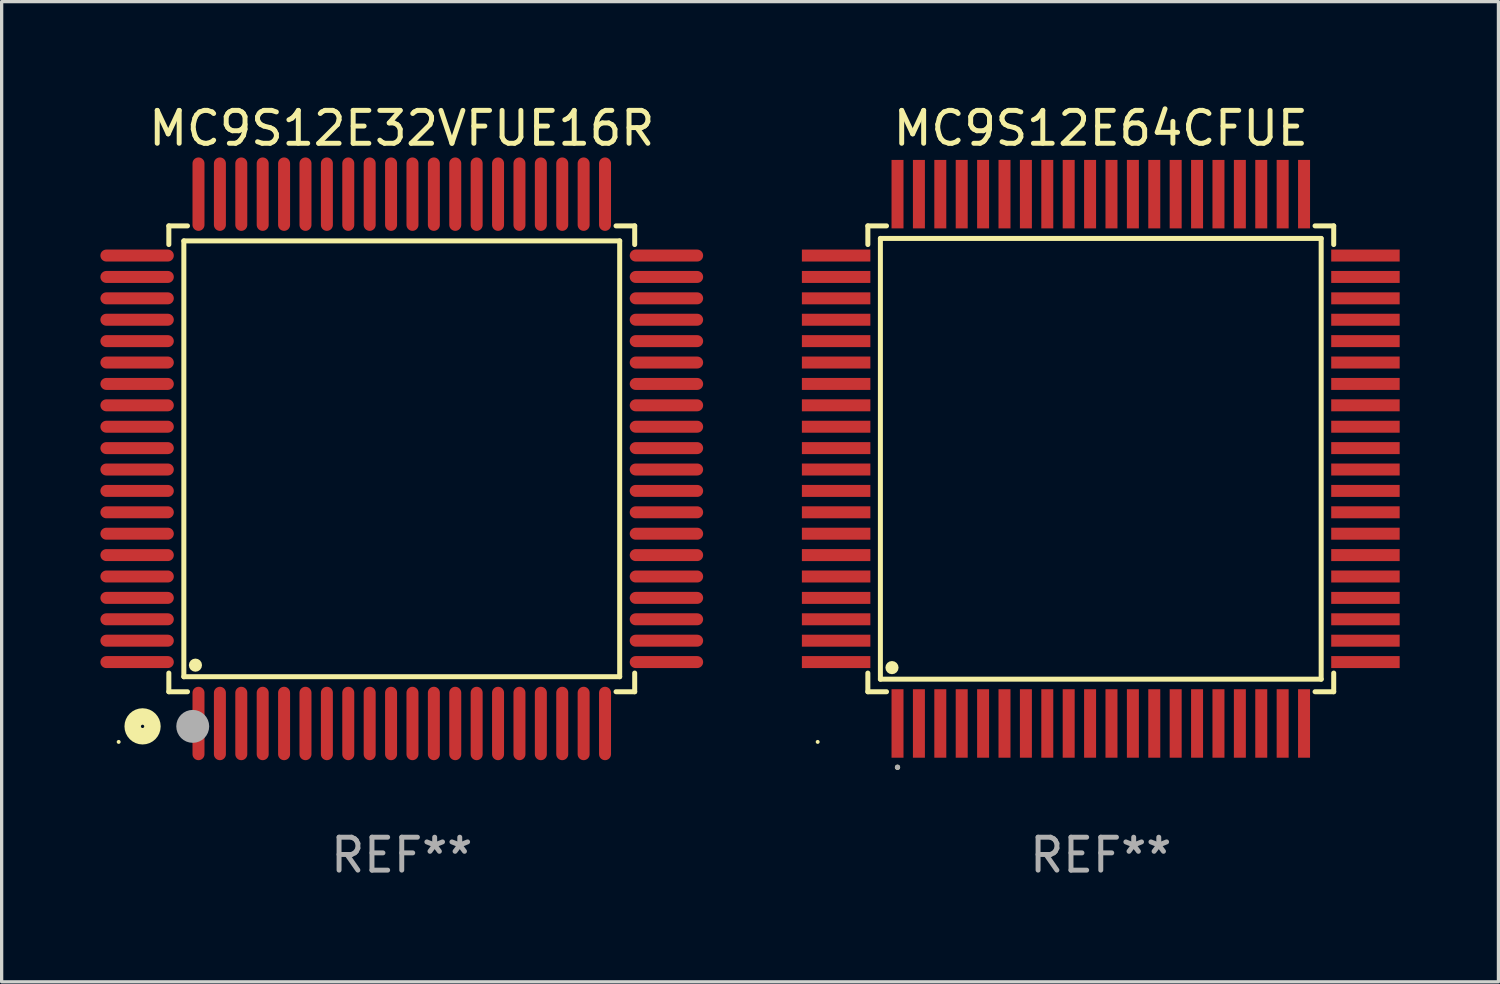
<source format=kicad_pcb>
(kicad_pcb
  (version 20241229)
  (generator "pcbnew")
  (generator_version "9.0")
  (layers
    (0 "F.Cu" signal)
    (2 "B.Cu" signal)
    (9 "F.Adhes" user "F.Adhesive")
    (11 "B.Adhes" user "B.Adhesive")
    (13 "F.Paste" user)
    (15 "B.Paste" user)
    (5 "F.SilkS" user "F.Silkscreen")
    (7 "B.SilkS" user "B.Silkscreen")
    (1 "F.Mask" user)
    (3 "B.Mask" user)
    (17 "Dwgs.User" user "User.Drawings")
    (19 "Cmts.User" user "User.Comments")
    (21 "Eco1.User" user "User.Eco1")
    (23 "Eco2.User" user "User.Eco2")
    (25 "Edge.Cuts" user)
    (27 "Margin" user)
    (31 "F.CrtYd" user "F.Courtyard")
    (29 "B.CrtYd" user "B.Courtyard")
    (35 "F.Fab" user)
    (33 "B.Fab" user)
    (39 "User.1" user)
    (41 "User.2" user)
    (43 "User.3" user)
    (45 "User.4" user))
  (footprint "MC9S12E64CFUE"
    (layer "F.Cu")
    (at 30.39 10.888)
    (property "Reference" "MC9S12E64CFUE" (at 0 -10.04 0) (layer "F.SilkS") (effects (font (size 1 1) (thickness 0.15))))
    (attr through_hole)
    (fp_line (start -7.076 -7.076) (end -7.076 -6.509) (stroke (width 0.152) (type solid)) (layer "F.SilkS"))
    (fp_line (start -7.076 7.076) (end -7.076 6.509) (stroke (width 0.152) (type solid)) (layer "F.SilkS"))
    (fp_line (start -6.695 -6.695) (end 6.695 -6.695) (stroke (width 0.152) (type solid)) (layer "F.SilkS"))
    (fp_line (start -6.695 6.695) (end -6.695 -6.695) (stroke (width 0.152) (type solid)) (layer "F.SilkS"))
    (fp_line (start -6.509 -7.076) (end -7.076 -7.076) (stroke (width 0.152) (type solid)) (layer "F.SilkS"))
    (fp_line (start -6.509 7.076) (end -7.076 7.076) (stroke (width 0.152) (type solid)) (layer "F.SilkS"))
    (fp_line (start 6.509 -7.076) (end 7.076 -7.076) (stroke (width 0.152) (type solid)) (layer "F.SilkS"))
    (fp_line (start 6.509 7.076) (end 7.076 7.076) (stroke (width 0.152) (type solid)) (layer "F.SilkS"))
    (fp_line (start 6.695 -6.695) (end 6.695 6.695) (stroke (width 0.152) (type solid)) (layer "F.SilkS"))
    (fp_line (start 6.695 6.695) (end -6.695 6.695) (stroke (width 0.152) (type solid)) (layer "F.SilkS"))
    (fp_line (start 7.076 -7.076) (end 7.076 -6.509) (stroke (width 0.152) (type solid)) (layer "F.SilkS"))
    (fp_line (start 7.076 7.076) (end 7.076 6.509) (stroke (width 0.152) (type solid)) (layer "F.SilkS"))
    (fp_circle (center -8.6 8.6) (end -8.57 8.6) (stroke (width 0.06) (type solid)) (fill no) (layer "F.SilkS"))
    (fp_circle (center -6.343 6.343) (end -6.243 6.343) (stroke (width 0.2) (type solid)) (fill no) (layer "F.SilkS"))
    (fp_circle (center -6.175 9.371) (end -6.135 9.371) (stroke (width 0.08) (type solid)) (fill no) (layer "F.SilkS"))
    (fp_circle (center -6.175 9.371) (end -6.135 9.371) (stroke (width 0.08) (type solid)) (fill no) (layer "F.Fab"))
    (fp_text user "REF**" (at 0 12.04 0) (layer "F.Fab") (effects (font (size 1 1) (thickness 0.15))))
    (pad "1" smd rect (at -6.175 8.04) (size 0.364 2.08) (layers "F.Cu" "F.Mask" "F.Paste"))
    (pad "2" smd rect (at -5.525 8.04) (size 0.364 2.08) (layers "F.Cu" "F.Mask" "F.Paste"))
    (pad "3" smd rect (at -4.875 8.04) (size 0.364 2.08) (layers "F.Cu" "F.Mask" "F.Paste"))
    (pad "4" smd rect (at -4.225 8.04) (size 0.364 2.08) (layers "F.Cu" "F.Mask" "F.Paste"))
    (pad "5" smd rect (at -3.575 8.04) (size 0.364 2.08) (layers "F.Cu" "F.Mask" "F.Paste"))
    (pad "6" smd rect (at -2.925 8.04) (size 0.364 2.08) (layers "F.Cu" "F.Mask" "F.Paste"))
    (pad "7" smd rect (at -2.275 8.04) (size 0.364 2.08) (layers "F.Cu" "F.Mask" "F.Paste"))
    (pad "8" smd rect (at -1.625 8.04) (size 0.364 2.08) (layers "F.Cu" "F.Mask" "F.Paste"))
    (pad "9" smd rect (at -0.975 8.04) (size 0.364 2.08) (layers "F.Cu" "F.Mask" "F.Paste"))
    (pad "10" smd rect (at -0.325 8.04) (size 0.364 2.08) (layers "F.Cu" "F.Mask" "F.Paste"))
    (pad "11" smd rect (at 0.325 8.04) (size 0.364 2.08) (layers "F.Cu" "F.Mask" "F.Paste"))
    (pad "12" smd rect (at 0.975 8.04) (size 0.364 2.08) (layers "F.Cu" "F.Mask" "F.Paste"))
    (pad "13" smd rect (at 1.625 8.04) (size 0.364 2.08) (layers "F.Cu" "F.Mask" "F.Paste"))
    (pad "14" smd rect (at 2.275 8.04) (size 0.364 2.08) (layers "F.Cu" "F.Mask" "F.Paste"))
    (pad "15" smd rect (at 2.925 8.04) (size 0.364 2.08) (layers "F.Cu" "F.Mask" "F.Paste"))
    (pad "16" smd rect (at 3.575 8.04) (size 0.364 2.08) (layers "F.Cu" "F.Mask" "F.Paste"))
    (pad "17" smd rect (at 4.225 8.04) (size 0.364 2.08) (layers "F.Cu" "F.Mask" "F.Paste"))
    (pad "18" smd rect (at 4.875 8.04) (size 0.364 2.08) (layers "F.Cu" "F.Mask" "F.Paste"))
    (pad "19" smd rect (at 5.525 8.04) (size 0.364 2.08) (layers "F.Cu" "F.Mask" "F.Paste"))
    (pad "20" smd rect (at 6.175 8.04) (size 0.364 2.08) (layers "F.Cu" "F.Mask" "F.Paste"))
    (pad "21" smd rect (at 8.04 6.175) (size 2.08 0.364) (layers "F.Cu" "F.Mask" "F.Paste"))
    (pad "22" smd rect (at 8.04 5.525) (size 2.08 0.364) (layers "F.Cu" "F.Mask" "F.Paste"))
    (pad "23" smd rect (at 8.04 4.875) (size 2.08 0.364) (layers "F.Cu" "F.Mask" "F.Paste"))
    (pad "24" smd rect (at 8.04 4.225) (size 2.08 0.364) (layers "F.Cu" "F.Mask" "F.Paste"))
    (pad "25" smd rect (at 8.04 3.575) (size 2.08 0.364) (layers "F.Cu" "F.Mask" "F.Paste"))
    (pad "26" smd rect (at 8.04 2.925) (size 2.08 0.364) (layers "F.Cu" "F.Mask" "F.Paste"))
    (pad "27" smd rect (at 8.04 2.275) (size 2.08 0.364) (layers "F.Cu" "F.Mask" "F.Paste"))
    (pad "28" smd rect (at 8.04 1.625) (size 2.08 0.364) (layers "F.Cu" "F.Mask" "F.Paste"))
    (pad "29" smd rect (at 8.04 0.975) (size 2.08 0.364) (layers "F.Cu" "F.Mask" "F.Paste"))
    (pad "30" smd rect (at 8.04 0.325) (size 2.08 0.364) (layers "F.Cu" "F.Mask" "F.Paste"))
    (pad "31" smd rect (at 8.04 -0.325) (size 2.08 0.364) (layers "F.Cu" "F.Mask" "F.Paste"))
    (pad "32" smd rect (at 8.04 -0.975) (size 2.08 0.364) (layers "F.Cu" "F.Mask" "F.Paste"))
    (pad "33" smd rect (at 8.04 -1.625) (size 2.08 0.364) (layers "F.Cu" "F.Mask" "F.Paste"))
    (pad "34" smd rect (at 8.04 -2.275) (size 2.08 0.364) (layers "F.Cu" "F.Mask" "F.Paste"))
    (pad "35" smd rect (at 8.04 -2.925) (size 2.08 0.364) (layers "F.Cu" "F.Mask" "F.Paste"))
    (pad "36" smd rect (at 8.04 -3.575) (size 2.08 0.364) (layers "F.Cu" "F.Mask" "F.Paste"))
    (pad "37" smd rect (at 8.04 -4.225) (size 2.08 0.364) (layers "F.Cu" "F.Mask" "F.Paste"))
    (pad "38" smd rect (at 8.04 -4.875) (size 2.08 0.364) (layers "F.Cu" "F.Mask" "F.Paste"))
    (pad "39" smd rect (at 8.04 -5.525) (size 2.08 0.364) (layers "F.Cu" "F.Mask" "F.Paste"))
    (pad "40" smd rect (at 8.04 -6.175) (size 2.08 0.364) (layers "F.Cu" "F.Mask" "F.Paste"))
    (pad "41" smd rect (at 6.175 -8.04) (size 0.364 2.08) (layers "F.Cu" "F.Mask" "F.Paste"))
    (pad "42" smd rect (at 5.525 -8.04) (size 0.364 2.08) (layers "F.Cu" "F.Mask" "F.Paste"))
    (pad "43" smd rect (at 4.875 -8.04) (size 0.364 2.08) (layers "F.Cu" "F.Mask" "F.Paste"))
    (pad "44" smd rect (at 4.225 -8.04) (size 0.364 2.08) (layers "F.Cu" "F.Mask" "F.Paste"))
    (pad "45" smd rect (at 3.575 -8.04) (size 0.364 2.08) (layers "F.Cu" "F.Mask" "F.Paste"))
    (pad "46" smd rect (at 2.925 -8.04) (size 0.364 2.08) (layers "F.Cu" "F.Mask" "F.Paste"))
    (pad "47" smd rect (at 2.275 -8.04) (size 0.364 2.08) (layers "F.Cu" "F.Mask" "F.Paste"))
    (pad "48" smd rect (at 1.625 -8.04) (size 0.364 2.08) (layers "F.Cu" "F.Mask" "F.Paste"))
    (pad "49" smd rect (at 0.975 -8.04) (size 0.364 2.08) (layers "F.Cu" "F.Mask" "F.Paste"))
    (pad "50" smd rect (at 0.325 -8.04) (size 0.364 2.08) (layers "F.Cu" "F.Mask" "F.Paste"))
    (pad "51" smd rect (at -0.325 -8.04) (size 0.364 2.08) (layers "F.Cu" "F.Mask" "F.Paste"))
    (pad "52" smd rect (at -0.975 -8.04) (size 0.364 2.08) (layers "F.Cu" "F.Mask" "F.Paste"))
    (pad "53" smd rect (at -1.625 -8.04) (size 0.364 2.08) (layers "F.Cu" "F.Mask" "F.Paste"))
    (pad "54" smd rect (at -2.275 -8.04) (size 0.364 2.08) (layers "F.Cu" "F.Mask" "F.Paste"))
    (pad "55" smd rect (at -2.925 -8.04) (size 0.364 2.08) (layers "F.Cu" "F.Mask" "F.Paste"))
    (pad "56" smd rect (at -3.575 -8.04) (size 0.364 2.08) (layers "F.Cu" "F.Mask" "F.Paste"))
    (pad "57" smd rect (at -4.225 -8.04) (size 0.364 2.08) (layers "F.Cu" "F.Mask" "F.Paste"))
    (pad "58" smd rect (at -4.875 -8.04) (size 0.364 2.08) (layers "F.Cu" "F.Mask" "F.Paste"))
    (pad "59" smd rect (at -5.525 -8.04) (size 0.364 2.08) (layers "F.Cu" "F.Mask" "F.Paste"))
    (pad "60" smd rect (at -6.175 -8.04) (size 0.364 2.08) (layers "F.Cu" "F.Mask" "F.Paste"))
    (pad "61" smd rect (at -8.04 -6.175) (size 2.08 0.364) (layers "F.Cu" "F.Mask" "F.Paste"))
    (pad "62" smd rect (at -8.04 -5.525) (size 2.08 0.364) (layers "F.Cu" "F.Mask" "F.Paste"))
    (pad "63" smd rect (at -8.04 -4.875) (size 2.08 0.364) (layers "F.Cu" "F.Mask" "F.Paste"))
    (pad "64" smd rect (at -8.04 -4.225) (size 2.08 0.364) (layers "F.Cu" "F.Mask" "F.Paste"))
    (pad "65" smd rect (at -8.04 -3.575) (size 2.08 0.364) (layers "F.Cu" "F.Mask" "F.Paste"))
    (pad "66" smd rect (at -8.04 -2.925) (size 2.08 0.364) (layers "F.Cu" "F.Mask" "F.Paste"))
    (pad "67" smd rect (at -8.04 -2.275) (size 2.08 0.364) (layers "F.Cu" "F.Mask" "F.Paste"))
    (pad "68" smd rect (at -8.04 -1.625) (size 2.08 0.364) (layers "F.Cu" "F.Mask" "F.Paste"))
    (pad "69" smd rect (at -8.04 -0.975) (size 2.08 0.364) (layers "F.Cu" "F.Mask" "F.Paste"))
    (pad "70" smd rect (at -8.04 -0.325) (size 2.08 0.364) (layers "F.Cu" "F.Mask" "F.Paste"))
    (pad "71" smd rect (at -8.04 0.325) (size 2.08 0.364) (layers "F.Cu" "F.Mask" "F.Paste"))
    (pad "72" smd rect (at -8.04 0.975) (size 2.08 0.364) (layers "F.Cu" "F.Mask" "F.Paste"))
    (pad "73" smd rect (at -8.04 1.625) (size 2.08 0.364) (layers "F.Cu" "F.Mask" "F.Paste"))
    (pad "74" smd rect (at -8.04 2.275) (size 2.08 0.364) (layers "F.Cu" "F.Mask" "F.Paste"))
    (pad "75" smd rect (at -8.04 2.925) (size 2.08 0.364) (layers "F.Cu" "F.Mask" "F.Paste"))
    (pad "76" smd rect (at -8.04 3.575) (size 2.08 0.364) (layers "F.Cu" "F.Mask" "F.Paste"))
    (pad "77" smd rect (at -8.04 4.225) (size 2.08 0.364) (layers "F.Cu" "F.Mask" "F.Paste"))
    (pad "78" smd rect (at -8.04 4.875) (size 2.08 0.364) (layers "F.Cu" "F.Mask" "F.Paste"))
    (pad "79" smd rect (at -8.04 5.525) (size 2.08 0.364) (layers "F.Cu" "F.Mask" "F.Paste"))
    (pad "80" smd rect (at -8.04 6.175) (size 2.08 0.364) (layers "F.Cu" "F.Mask" "F.Paste")))
  (footprint "MC9S12E32VFUE16R"
    (layer "F.Cu")
    (at 9.155 10.888)
    (property "Reference" "MC9S12E32VFUE16R" (at 0 -10.04 0) (layer "F.SilkS") (effects (font (size 1 1) (thickness 0.15))))
    (attr through_hole)
    (fp_line (start -7.076 -7.076) (end -7.076 -6.509) (stroke (width 0.152) (type solid)) (layer "F.SilkS"))
    (fp_line (start -7.076 7.076) (end -7.076 6.509) (stroke (width 0.152) (type solid)) (layer "F.SilkS"))
    (fp_line (start -6.62 -6.62) (end 6.62 -6.62) (stroke (width 0.152) (type solid)) (layer "F.SilkS"))
    (fp_line (start -6.62 6.62) (end -6.62 -6.62) (stroke (width 0.152) (type solid)) (layer "F.SilkS"))
    (fp_line (start -6.509 -7.076) (end -7.076 -7.076) (stroke (width 0.152) (type solid)) (layer "F.SilkS"))
    (fp_line (start -6.509 7.076) (end -7.076 7.076) (stroke (width 0.152) (type solid)) (layer "F.SilkS"))
    (fp_line (start 6.509 -7.076) (end 7.076 -7.076) (stroke (width 0.152) (type solid)) (layer "F.SilkS"))
    (fp_line (start 6.509 7.076) (end 7.076 7.076) (stroke (width 0.152) (type solid)) (layer "F.SilkS"))
    (fp_line (start 6.62 -6.62) (end 6.62 6.62) (stroke (width 0.152) (type solid)) (layer "F.SilkS"))
    (fp_line (start 6.62 6.62) (end -6.62 6.62) (stroke (width 0.152) (type solid)) (layer "F.SilkS"))
    (fp_line (start 7.076 -7.076) (end 7.076 -6.509) (stroke (width 0.152) (type solid)) (layer "F.SilkS"))
    (fp_line (start 7.076 7.076) (end 7.076 6.509) (stroke (width 0.152) (type solid)) (layer "F.SilkS"))
    (fp_circle (center -8.6 8.6) (end -8.57 8.6) (stroke (width 0.06) (type solid)) (fill no) (layer "F.SilkS"))
    (fp_circle (center -7.874 8.128) (end -7.574 8.128) (stroke (width 0.5) (type solid)) (fill no) (layer "F.SilkS"))
    (fp_circle (center -6.268 6.268) (end -6.168 6.268) (stroke (width 0.2) (type solid)) (fill no) (layer "F.SilkS"))
    (fp_circle (center -6.35 8.128) (end -6.1 8.128) (stroke (width 0.5) (type solid)) (fill no) (layer "F.Fab"))
    (fp_text user "REF**" (at 0 12.04 0) (layer "F.Fab") (effects (font (size 1 1) (thickness 0.15))))
    (pad "1" smd oval (at -6.175 8.04) (size 0.364 2.23) (layers "F.Cu" "F.Mask" "F.Paste"))
    (pad "2" smd oval (at -5.525 8.04) (size 0.364 2.23) (layers "F.Cu" "F.Mask" "F.Paste"))
    (pad "3" smd oval (at -4.875 8.04) (size 0.364 2.23) (layers "F.Cu" "F.Mask" "F.Paste"))
    (pad "4" smd oval (at -4.225 8.04) (size 0.364 2.23) (layers "F.Cu" "F.Mask" "F.Paste"))
    (pad "5" smd oval (at -3.575 8.04) (size 0.364 2.23) (layers "F.Cu" "F.Mask" "F.Paste"))
    (pad "6" smd oval (at -2.925 8.04) (size 0.364 2.23) (layers "F.Cu" "F.Mask" "F.Paste"))
    (pad "7" smd oval (at -2.275 8.04) (size 0.364 2.23) (layers "F.Cu" "F.Mask" "F.Paste"))
    (pad "8" smd oval (at -1.625 8.04) (size 0.364 2.23) (layers "F.Cu" "F.Mask" "F.Paste"))
    (pad "9" smd oval (at -0.975 8.04) (size 0.364 2.23) (layers "F.Cu" "F.Mask" "F.Paste"))
    (pad "10" smd oval (at -0.325 8.04) (size 0.364 2.23) (layers "F.Cu" "F.Mask" "F.Paste"))
    (pad "11" smd oval (at 0.325 8.04) (size 0.364 2.23) (layers "F.Cu" "F.Mask" "F.Paste"))
    (pad "12" smd oval (at 0.975 8.04) (size 0.364 2.23) (layers "F.Cu" "F.Mask" "F.Paste"))
    (pad "13" smd oval (at 1.625 8.04) (size 0.364 2.23) (layers "F.Cu" "F.Mask" "F.Paste"))
    (pad "14" smd oval (at 2.275 8.04) (size 0.364 2.23) (layers "F.Cu" "F.Mask" "F.Paste"))
    (pad "15" smd oval (at 2.925 8.04) (size 0.364 2.23) (layers "F.Cu" "F.Mask" "F.Paste"))
    (pad "16" smd oval (at 3.575 8.04) (size 0.364 2.23) (layers "F.Cu" "F.Mask" "F.Paste"))
    (pad "17" smd oval (at 4.225 8.04) (size 0.364 2.23) (layers "F.Cu" "F.Mask" "F.Paste"))
    (pad "18" smd oval (at 4.875 8.04) (size 0.364 2.23) (layers "F.Cu" "F.Mask" "F.Paste"))
    (pad "19" smd oval (at 5.525 8.04) (size 0.364 2.23) (layers "F.Cu" "F.Mask" "F.Paste"))
    (pad "20" smd oval (at 6.175 8.04) (size 0.364 2.23) (layers "F.Cu" "F.Mask" "F.Paste"))
    (pad "21" smd oval (at 8.04 6.175) (size 2.23 0.364) (layers "F.Cu" "F.Mask" "F.Paste"))
    (pad "22" smd oval (at 8.04 5.525) (size 2.23 0.364) (layers "F.Cu" "F.Mask" "F.Paste"))
    (pad "23" smd oval (at 8.04 4.875) (size 2.23 0.364) (layers "F.Cu" "F.Mask" "F.Paste"))
    (pad "24" smd oval (at 8.04 4.225) (size 2.23 0.364) (layers "F.Cu" "F.Mask" "F.Paste"))
    (pad "25" smd oval (at 8.04 3.575) (size 2.23 0.364) (layers "F.Cu" "F.Mask" "F.Paste"))
    (pad "26" smd oval (at 8.04 2.925) (size 2.23 0.364) (layers "F.Cu" "F.Mask" "F.Paste"))
    (pad "27" smd oval (at 8.04 2.275) (size 2.23 0.364) (layers "F.Cu" "F.Mask" "F.Paste"))
    (pad "28" smd oval (at 8.04 1.625) (size 2.23 0.364) (layers "F.Cu" "F.Mask" "F.Paste"))
    (pad "29" smd oval (at 8.04 0.975) (size 2.23 0.364) (layers "F.Cu" "F.Mask" "F.Paste"))
    (pad "30" smd oval (at 8.04 0.325) (size 2.23 0.364) (layers "F.Cu" "F.Mask" "F.Paste"))
    (pad "31" smd oval (at 8.04 -0.325) (size 2.23 0.364) (layers "F.Cu" "F.Mask" "F.Paste"))
    (pad "32" smd oval (at 8.04 -0.975) (size 2.23 0.364) (layers "F.Cu" "F.Mask" "F.Paste"))
    (pad "33" smd oval (at 8.04 -1.625) (size 2.23 0.364) (layers "F.Cu" "F.Mask" "F.Paste"))
    (pad "34" smd oval (at 8.04 -2.275) (size 2.23 0.364) (layers "F.Cu" "F.Mask" "F.Paste"))
    (pad "35" smd oval (at 8.04 -2.925) (size 2.23 0.364) (layers "F.Cu" "F.Mask" "F.Paste"))
    (pad "36" smd oval (at 8.04 -3.575) (size 2.23 0.364) (layers "F.Cu" "F.Mask" "F.Paste"))
    (pad "37" smd oval (at 8.04 -4.225) (size 2.23 0.364) (layers "F.Cu" "F.Mask" "F.Paste"))
    (pad "38" smd oval (at 8.04 -4.875) (size 2.23 0.364) (layers "F.Cu" "F.Mask" "F.Paste"))
    (pad "39" smd oval (at 8.04 -5.525) (size 2.23 0.364) (layers "F.Cu" "F.Mask" "F.Paste"))
    (pad "40" smd oval (at 8.04 -6.175) (size 2.23 0.364) (layers "F.Cu" "F.Mask" "F.Paste"))
    (pad "41" smd oval (at 6.175 -8.04) (size 0.364 2.23) (layers "F.Cu" "F.Mask" "F.Paste"))
    (pad "42" smd oval (at 5.525 -8.04) (size 0.364 2.23) (layers "F.Cu" "F.Mask" "F.Paste"))
    (pad "43" smd oval (at 4.875 -8.04) (size 0.364 2.23) (layers "F.Cu" "F.Mask" "F.Paste"))
    (pad "44" smd oval (at 4.225 -8.04) (size 0.364 2.23) (layers "F.Cu" "F.Mask" "F.Paste"))
    (pad "45" smd oval (at 3.575 -8.04) (size 0.364 2.23) (layers "F.Cu" "F.Mask" "F.Paste"))
    (pad "46" smd oval (at 2.925 -8.04) (size 0.364 2.23) (layers "F.Cu" "F.Mask" "F.Paste"))
    (pad "47" smd oval (at 2.275 -8.04) (size 0.364 2.23) (layers "F.Cu" "F.Mask" "F.Paste"))
    (pad "48" smd oval (at 1.625 -8.04) (size 0.364 2.23) (layers "F.Cu" "F.Mask" "F.Paste"))
    (pad "49" smd oval (at 0.975 -8.04) (size 0.364 2.23) (layers "F.Cu" "F.Mask" "F.Paste"))
    (pad "50" smd oval (at 0.325 -8.04) (size 0.364 2.23) (layers "F.Cu" "F.Mask" "F.Paste"))
    (pad "51" smd oval (at -0.325 -8.04) (size 0.364 2.23) (layers "F.Cu" "F.Mask" "F.Paste"))
    (pad "52" smd oval (at -0.975 -8.04) (size 0.364 2.23) (layers "F.Cu" "F.Mask" "F.Paste"))
    (pad "53" smd oval (at -1.625 -8.04) (size 0.364 2.23) (layers "F.Cu" "F.Mask" "F.Paste"))
    (pad "54" smd oval (at -2.275 -8.04) (size 0.364 2.23) (layers "F.Cu" "F.Mask" "F.Paste"))
    (pad "55" smd oval (at -2.925 -8.04) (size 0.364 2.23) (layers "F.Cu" "F.Mask" "F.Paste"))
    (pad "56" smd oval (at -3.575 -8.04) (size 0.364 2.23) (layers "F.Cu" "F.Mask" "F.Paste"))
    (pad "57" smd oval (at -4.225 -8.04) (size 0.364 2.23) (layers "F.Cu" "F.Mask" "F.Paste"))
    (pad "58" smd oval (at -4.875 -8.04) (size 0.364 2.23) (layers "F.Cu" "F.Mask" "F.Paste"))
    (pad "59" smd oval (at -5.525 -8.04) (size 0.364 2.23) (layers "F.Cu" "F.Mask" "F.Paste"))
    (pad "60" smd oval (at -6.175 -8.04) (size 0.364 2.23) (layers "F.Cu" "F.Mask" "F.Paste"))
    (pad "61" smd oval (at -8.04 -6.175) (size 2.23 0.364) (layers "F.Cu" "F.Mask" "F.Paste"))
    (pad "62" smd oval (at -8.04 -5.525) (size 2.23 0.364) (layers "F.Cu" "F.Mask" "F.Paste"))
    (pad "63" smd oval (at -8.04 -4.875) (size 2.23 0.364) (layers "F.Cu" "F.Mask" "F.Paste"))
    (pad "64" smd oval (at -8.04 -4.225) (size 2.23 0.364) (layers "F.Cu" "F.Mask" "F.Paste"))
    (pad "65" smd oval (at -8.04 -3.575) (size 2.23 0.364) (layers "F.Cu" "F.Mask" "F.Paste"))
    (pad "66" smd oval (at -8.04 -2.925) (size 2.23 0.364) (layers "F.Cu" "F.Mask" "F.Paste"))
    (pad "67" smd oval (at -8.04 -2.275) (size 2.23 0.364) (layers "F.Cu" "F.Mask" "F.Paste"))
    (pad "68" smd oval (at -8.04 -1.625) (size 2.23 0.364) (layers "F.Cu" "F.Mask" "F.Paste"))
    (pad "69" smd oval (at -8.04 -0.975) (size 2.23 0.364) (layers "F.Cu" "F.Mask" "F.Paste"))
    (pad "70" smd oval (at -8.04 -0.325) (size 2.23 0.364) (layers "F.Cu" "F.Mask" "F.Paste"))
    (pad "71" smd oval (at -8.04 0.325) (size 2.23 0.364) (layers "F.Cu" "F.Mask" "F.Paste"))
    (pad "72" smd oval (at -8.04 0.975) (size 2.23 0.364) (layers "F.Cu" "F.Mask" "F.Paste"))
    (pad "73" smd oval (at -8.04 1.625) (size 2.23 0.364) (layers "F.Cu" "F.Mask" "F.Paste"))
    (pad "74" smd oval (at -8.04 2.275) (size 2.23 0.364) (layers "F.Cu" "F.Mask" "F.Paste"))
    (pad "75" smd oval (at -8.04 2.925) (size 2.23 0.364) (layers "F.Cu" "F.Mask" "F.Paste"))
    (pad "76" smd oval (at -8.04 3.575) (size 2.23 0.364) (layers "F.Cu" "F.Mask" "F.Paste"))
    (pad "77" smd oval (at -8.04 4.225) (size 2.23 0.364) (layers "F.Cu" "F.Mask" "F.Paste"))
    (pad "78" smd oval (at -8.04 4.875) (size 2.23 0.364) (layers "F.Cu" "F.Mask" "F.Paste"))
    (pad "79" smd oval (at -8.04 5.525) (size 2.23 0.364) (layers "F.Cu" "F.Mask" "F.Paste"))
    (pad "80" smd oval (at -8.04 6.175) (size 2.23 0.364) (layers "F.Cu" "F.Mask" "F.Paste")))
  (gr_rect
    (start -3 -3)
    (end 42.47 26.776)
    (stroke (width 0.1) (type default))
    (fill no)
    (layer "Edge.Cuts")))
</source>
